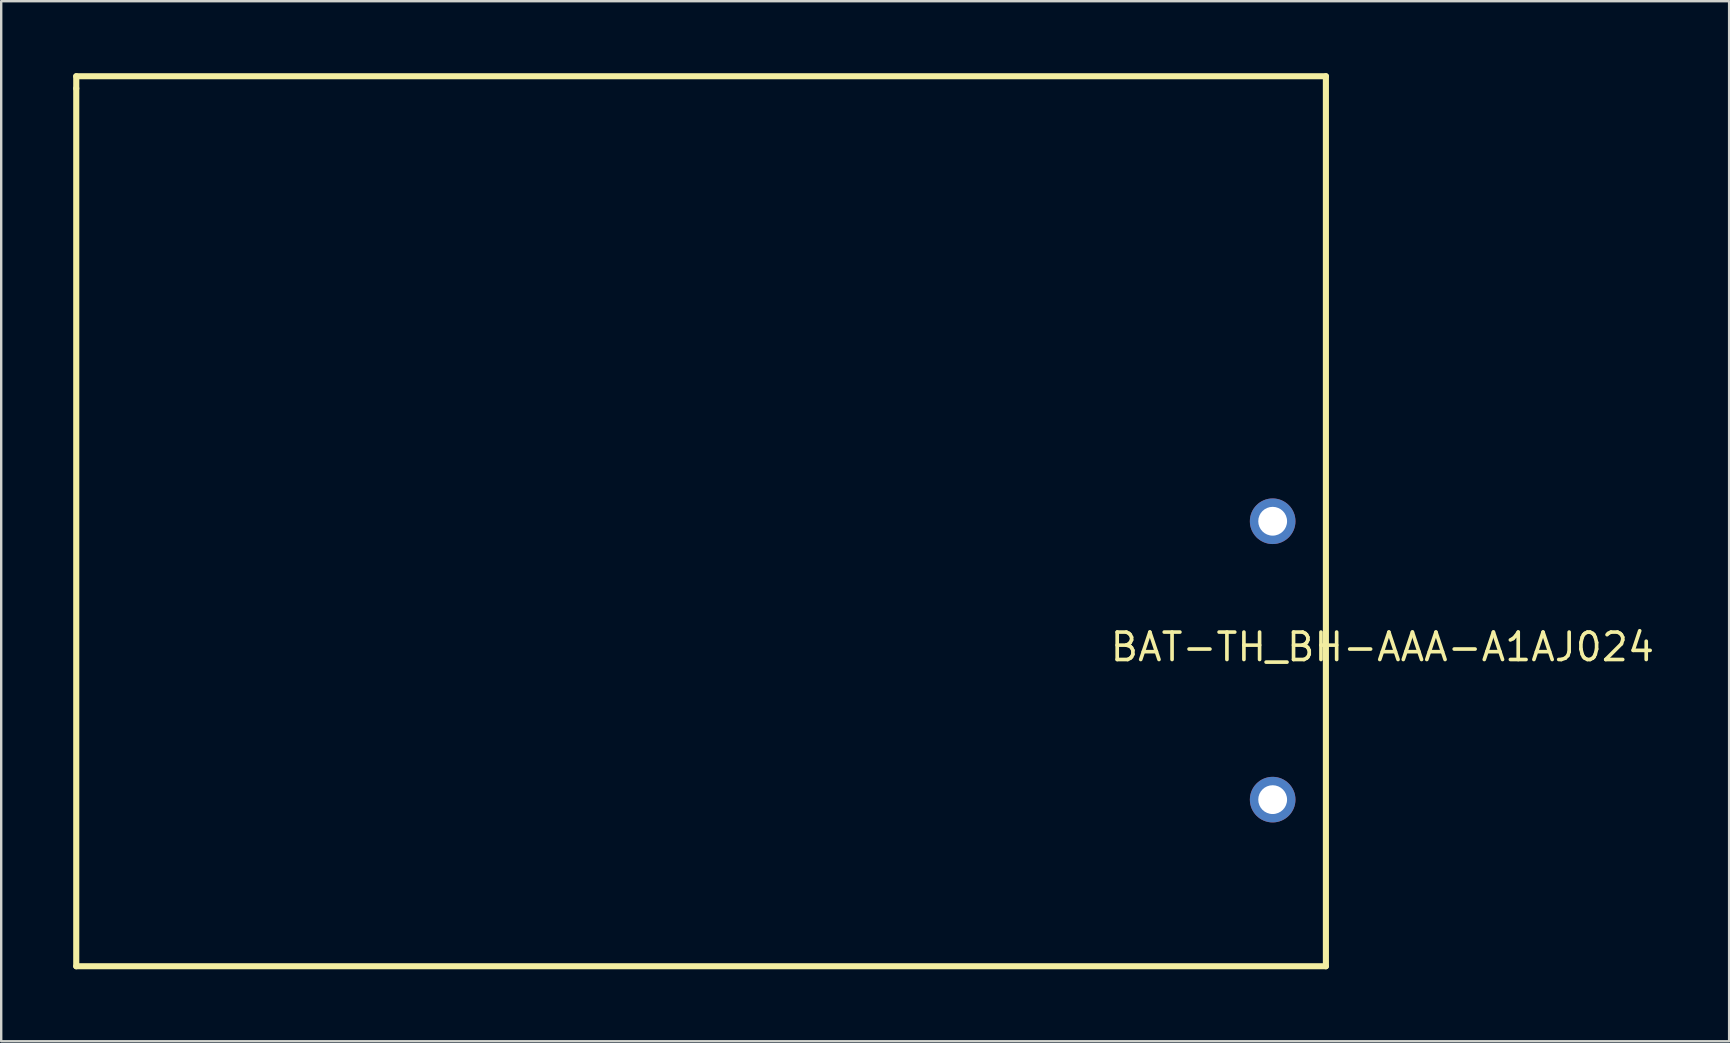
<source format=kicad_pcb>
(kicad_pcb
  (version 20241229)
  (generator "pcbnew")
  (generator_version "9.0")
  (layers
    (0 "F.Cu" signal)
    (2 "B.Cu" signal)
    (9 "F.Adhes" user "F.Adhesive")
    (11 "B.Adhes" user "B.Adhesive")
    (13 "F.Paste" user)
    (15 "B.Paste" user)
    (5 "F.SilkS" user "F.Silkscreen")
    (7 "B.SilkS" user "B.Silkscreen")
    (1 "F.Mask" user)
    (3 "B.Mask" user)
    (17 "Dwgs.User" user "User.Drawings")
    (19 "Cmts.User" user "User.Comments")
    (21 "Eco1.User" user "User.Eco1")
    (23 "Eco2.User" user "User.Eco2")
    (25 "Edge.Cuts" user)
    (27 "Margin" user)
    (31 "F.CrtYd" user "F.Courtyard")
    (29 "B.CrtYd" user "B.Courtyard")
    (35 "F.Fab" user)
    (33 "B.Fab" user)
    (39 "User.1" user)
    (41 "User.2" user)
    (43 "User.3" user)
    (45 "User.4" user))
  (footprint "BAT-TH_BH-AAA-A1AJ024"
    (layer "F.Cu")
    (at 49.979 24.469)
    (property "Reference" "BAT-TH_BH-AAA-A1AJ024" (at -6.85 -0.56 0) (layer "F.SilkS") (effects (font (size 1.143 1.143) (thickness 0.152)) (justify left)))
    (attr through_hole)
    (fp_line (start -49.852 -24.342) (end 2.218 -24.342) (stroke (width 0.254) (type solid)) (layer "F.SilkS"))
    (fp_line (start -49.852 -23.834) (end -49.852 -24.342) (stroke (width 0.254) (type solid)) (layer "F.SilkS"))
    (fp_line (start -49.852 12.742) (end -49.852 -23.834) (stroke (width 0.254) (type solid)) (layer "F.SilkS"))
    (fp_line (start 2.218 -24.342) (end 2.218 12.742) (stroke (width 0.254) (type solid)) (layer "F.SilkS"))
    (fp_line (start 2.218 12.742) (end -49.852 12.742) (stroke (width 0.254) (type solid)) (layer "F.SilkS"))
    (pad "1" thru_hole circle (at 0 -5.8) (size 1.9 1.9) (drill 1.2) (layers "*.Cu" "*.Paste" "*.Mask"))
    (pad "2" thru_hole circle (at 0 5.8) (size 1.9 1.9) (drill 1.2) (layers "*.Cu" "*.Paste" "*.Mask")))
  (gr_rect
    (start -3 -3)
    (end 68.999 40.338)
    (stroke (width 0.1) (type default))
    (fill no)
    (layer "Edge.Cuts")))
</source>
